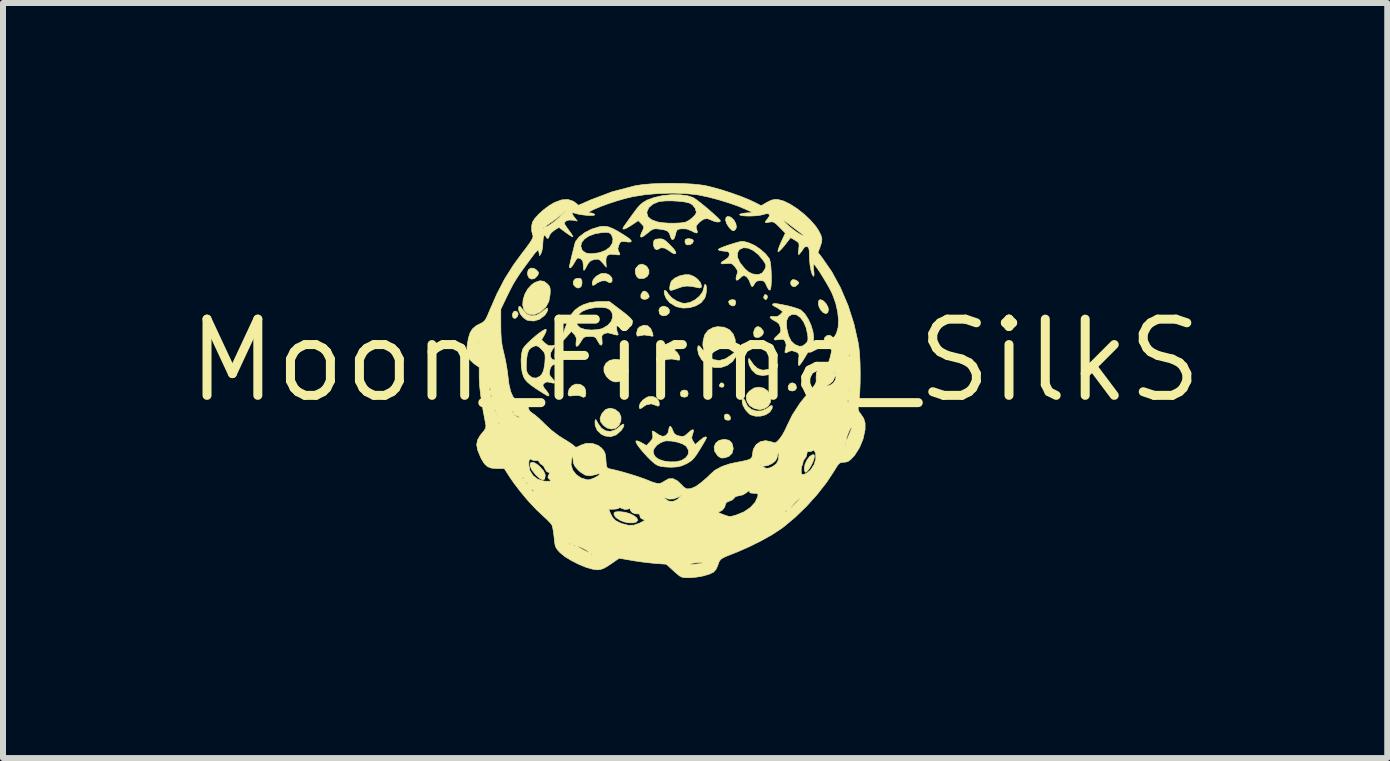
<source format=kicad_pcb>
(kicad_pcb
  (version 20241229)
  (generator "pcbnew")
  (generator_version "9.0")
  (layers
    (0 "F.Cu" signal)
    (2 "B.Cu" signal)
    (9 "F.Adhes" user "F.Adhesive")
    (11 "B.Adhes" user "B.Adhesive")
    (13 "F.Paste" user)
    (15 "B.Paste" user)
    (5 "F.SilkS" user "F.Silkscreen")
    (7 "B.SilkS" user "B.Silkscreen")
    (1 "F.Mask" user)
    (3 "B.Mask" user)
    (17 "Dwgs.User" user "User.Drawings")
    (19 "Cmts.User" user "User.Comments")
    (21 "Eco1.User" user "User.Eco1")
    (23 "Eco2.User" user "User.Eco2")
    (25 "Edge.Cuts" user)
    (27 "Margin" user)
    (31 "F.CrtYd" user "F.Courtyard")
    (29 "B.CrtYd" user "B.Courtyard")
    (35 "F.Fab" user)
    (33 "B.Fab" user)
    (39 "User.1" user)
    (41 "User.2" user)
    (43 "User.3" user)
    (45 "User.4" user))
  (footprint "Moon_Firma_SilkS"
    (layer "F.Cu")
    (at 8.534 2.959)
    (property "Reference" "Moon_Firma_SilkS" (at 0 0 0) (layer "F.SilkS") (effects (font (size 1.27 1.27) (thickness 0.15))))
    (attr through_hole)
    (fp_poly (pts (xy 0.474 0.388) (xy 0.483 0.407) (xy 0.475 0.437) (xy 0.445 0.445) (xy 0.41 0.434) (xy 0.406 0.407) (xy 0.427 0.376) (xy 0.445 0.37) (xy 0.474 0.388)) (stroke (width 0.01) (type solid)) (fill yes) (layer "F.SilkS"))
    (fp_poly (pts (xy 1.201 -1.083) (xy 1.206 -1.058) (xy 1.193 -1.024) (xy 1.175 -1.016) (xy 1.149 -1.034) (xy 1.143 -1.058) (xy 1.156 -1.093) (xy 1.175 -1.101) (xy 1.201 -1.083)) (stroke (width 0.01) (type solid)) (fill yes) (layer "F.SilkS"))
    (fp_poly (pts (xy -2.96 -0.809) (xy -2.948 -0.771) (xy -2.964 -0.73) (xy -3.001 -0.701) (xy -3.031 -0.712) (xy -3.04 -0.73) (xy -3.044 -0.779) (xy -3.022 -0.816) (xy -2.995 -0.826) (xy -2.96 -0.809)) (stroke (width 0.01) (type solid)) (fill yes) (layer "F.SilkS"))
    (fp_poly (pts (xy 0.665 -1.007) (xy 0.677 -0.972) (xy 0.677 -0.963) (xy 0.663 -0.922) (xy 0.628 -0.909) (xy 0.586 -0.928) (xy 0.572 -0.941) (xy 0.557 -0.98) (xy 0.579 -1.007) (xy 0.626 -1.016) (xy 0.665 -1.007)) (stroke (width 0.01) (type solid)) (fill yes) (layer "F.SilkS"))
    (fp_poly (pts (xy 1.662 0.387) (xy 1.679 0.405) (xy 1.691 0.455) (xy 1.668 0.493) (xy 1.619 0.508) (xy 1.572 0.496) (xy 1.552 0.473) (xy 1.552 0.424) (xy 1.58 0.384) (xy 1.619 0.37) (xy 1.662 0.387)) (stroke (width 0.01) (type solid)) (fill yes) (layer "F.SilkS"))
    (fp_poly (pts (xy -0.82 -1.151) (xy -0.786 -1.119) (xy -0.767 -1.078) (xy -0.766 -1.061) (xy -0.79 -1.032) (xy -0.834 -1.019) (xy -0.878 -1.026) (xy -0.903 -1.049) (xy -0.903 -1.099) (xy -0.877 -1.144) (xy -0.853 -1.159) (xy -0.82 -1.151)) (stroke (width 0.01) (type solid)) (fill yes) (layer "F.SilkS"))
    (fp_poly (pts (xy -0.13 0.505) (xy -0.117 0.543) (xy -0.116 0.55) (xy -0.126 0.592) (xy -0.164 0.609) (xy -0.172 0.61) (xy -0.222 0.603) (xy -0.24 0.583) (xy -0.245 0.53) (xy -0.216 0.497) (xy -0.172 0.491) (xy -0.13 0.505)) (stroke (width 0.01) (type solid)) (fill yes) (layer "F.SilkS"))
    (fp_poly (pts (xy 0.565 0.906) (xy 0.587 0.94) (xy 0.589 0.947) (xy 0.585 0.985) (xy 0.555 0.995) (xy 0.514 0.988) (xy 0.501 0.981) (xy 0.489 0.95) (xy 0.487 0.926) (xy 0.5 0.896) (xy 0.532 0.89) (xy 0.565 0.906)) (stroke (width 0.01) (type solid)) (fill yes) (layer "F.SilkS"))
    (fp_poly (pts (xy -2.686 -1.537) (xy -2.641 -1.507) (xy -2.612 -1.473) (xy -2.611 -1.445) (xy -2.632 -1.409) (xy -2.679 -1.365) (xy -2.73 -1.358) (xy -2.769 -1.38) (xy -2.788 -1.419) (xy -2.794 -1.464) (xy -2.778 -1.515) (xy -2.738 -1.541) (xy -2.686 -1.537)) (stroke (width 0.01) (type solid)) (fill yes) (layer "F.SilkS"))
    (fp_poly (pts (xy -0.514 -0.906) (xy -0.458 -0.885) (xy -0.428 -0.845) (xy -0.432 -0.797) (xy -0.436 -0.788) (xy -0.477 -0.754) (xy -0.53 -0.745) (xy -0.577 -0.763) (xy -0.592 -0.782) (xy -0.604 -0.838) (xy -0.583 -0.884) (xy -0.537 -0.906) (xy -0.514 -0.906)) (stroke (width 0.01) (type solid)) (fill yes) (layer "F.SilkS"))
    (fp_poly (pts (xy -0.05 -2.022) (xy -0.027 -1.996) (xy -0.043 -1.958) (xy -0.043 -1.957) (xy -0.084 -1.931) (xy -0.132 -1.928) (xy -0.155 -1.94) (xy -0.167 -1.971) (xy -0.169 -1.993) (xy -0.157 -2.022) (xy -0.115 -2.032) (xy -0.107 -2.032) (xy -0.05 -2.022)) (stroke (width 0.01) (type solid)) (fill yes) (layer "F.SilkS"))
    (fp_poly (pts (xy 1.672 -1.343) (xy 1.701 -1.327) (xy 1.728 -1.303) (xy 1.721 -1.281) (xy 1.705 -1.263) (xy 1.667 -1.233) (xy 1.636 -1.233) (xy 1.612 -1.246) (xy 1.592 -1.279) (xy 1.597 -1.321) (xy 1.624 -1.348) (xy 1.63 -1.35) (xy 1.672 -1.343)) (stroke (width 0.01) (type solid)) (fill yes) (layer "F.SilkS"))
    (fp_poly (pts (xy -1.906 -1.366) (xy -1.887 -1.333) (xy -1.885 -1.284) (xy -1.898 -1.239) (xy -1.917 -1.219) (xy -1.946 -1.209) (xy -1.965 -1.212) (xy -1.995 -1.229) (xy -2.028 -1.267) (xy -2.031 -1.315) (xy -2.006 -1.354) (xy -1.98 -1.367) (xy -1.932 -1.372) (xy -1.906 -1.366)) (stroke (width 0.01) (type solid)) (fill yes) (layer "F.SilkS"))
    (fp_poly (pts (xy 1.097 -0.543) (xy 1.099 -0.541) (xy 1.137 -0.492) (xy 1.135 -0.447) (xy 1.11 -0.414) (xy 1.064 -0.387) (xy 1.017 -0.384) (xy 0.984 -0.406) (xy 0.982 -0.411) (xy 0.975 -0.472) (xy 0.994 -0.529) (xy 1.02 -0.558) (xy 1.056 -0.567) (xy 1.097 -0.543)) (stroke (width 0.01) (type solid)) (fill yes) (layer "F.SilkS"))
    (fp_poly (pts (xy 2.134 -0.998) (xy 2.18 -0.952) (xy 2.213 -0.894) (xy 2.223 -0.848) (xy 2.21 -0.798) (xy 2.179 -0.782) (xy 2.135 -0.8) (xy 2.097 -0.839) (xy 2.067 -0.892) (xy 2.054 -0.948) (xy 2.058 -0.993) (xy 2.08 -1.015) (xy 2.086 -1.016) (xy 2.134 -0.998)) (stroke (width 0.01) (type solid)) (fill yes) (layer "F.SilkS"))
    (fp_poly (pts (xy -0.824 -1.583) (xy -0.804 -1.566) (xy -0.77 -1.509) (xy -0.77 -1.451) (xy -0.799 -1.401) (xy -0.852 -1.37) (xy -0.92 -1.366) (xy -0.935 -1.369) (xy -0.971 -1.398) (xy -0.994 -1.45) (xy -0.998 -1.507) (xy -0.989 -1.536) (xy -0.941 -1.592) (xy -0.884 -1.608) (xy -0.824 -1.583)) (stroke (width 0.01) (type solid)) (fill yes) (layer "F.SilkS"))
    (fp_poly (pts (xy -0.792 -0.581) (xy -0.74 -0.534) (xy -0.708 -0.457) (xy -0.7 -0.415) (xy -0.712 -0.404) (xy -0.743 -0.412) (xy -0.85 -0.427) (xy -0.926 -0.413) (xy -0.959 -0.407) (xy -0.972 -0.426) (xy -0.974 -0.462) (xy -0.956 -0.529) (xy -0.927 -0.56) (xy -0.856 -0.59) (xy -0.792 -0.581)) (stroke (width 0.01) (type solid)) (fill yes) (layer "F.SilkS"))
    (fp_poly (pts (xy 0.584 -2.394) (xy 0.601 -2.385) (xy 0.649 -2.338) (xy 0.68 -2.28) (xy 0.689 -2.224) (xy 0.677 -2.191) (xy 0.649 -2.165) (xy 0.621 -2.166) (xy 0.585 -2.199) (xy 0.563 -2.224) (xy 0.524 -2.285) (xy 0.508 -2.341) (xy 0.514 -2.382) (xy 0.54 -2.403) (xy 0.584 -2.394)) (stroke (width 0.01) (type solid)) (fill yes) (layer "F.SilkS"))
    (fp_poly (pts (xy -2.677 1.703) (xy -2.612 1.745) (xy -2.58 1.776) (xy -2.525 1.84) (xy -2.5 1.896) (xy -2.498 1.924) (xy -2.508 1.975) (xy -2.538 1.989) (xy -2.586 1.967) (xy -2.651 1.909) (xy -2.664 1.895) (xy -2.723 1.819) (xy -2.75 1.757) (xy -2.749 1.713) (xy -2.723 1.694) (xy -2.677 1.703)) (stroke (width 0.01) (type solid)) (fill yes) (layer "F.SilkS"))
    (fp_poly (pts (xy -1.339 0.812) (xy -1.334 0.815) (xy -1.265 0.868) (xy -1.235 0.939) (xy -1.237 1.007) (xy -1.269 1.082) (xy -1.324 1.127) (xy -1.394 1.142) (xy -1.468 1.123) (xy -1.526 1.081) (xy -1.573 1.021) (xy -1.584 0.965) (xy -1.561 0.899) (xy -1.547 0.876) (xy -1.49 0.815) (xy -1.419 0.793) (xy -1.339 0.812)) (stroke (width 0.01) (type solid)) (fill yes) (layer "F.SilkS"))
    (fp_poly (pts (xy 0.564 1.328) (xy 0.614 1.376) (xy 0.634 1.454) (xy 0.635 1.473) (xy 0.616 1.545) (xy 0.562 1.597) (xy 0.492 1.621) (xy 0.438 1.624) (xy 0.392 1.599) (xy 0.372 1.58) (xy 0.326 1.511) (xy 0.317 1.44) (xy 0.342 1.378) (xy 0.396 1.332) (xy 0.476 1.313) (xy 0.486 1.312) (xy 0.564 1.328)) (stroke (width 0.01) (type solid)) (fill yes) (layer "F.SilkS"))
    (fp_poly (pts (xy 1.982 1.57) (xy 1.988 1.592) (xy 1.982 1.633) (xy 1.963 1.689) (xy 1.932 1.753) (xy 1.896 1.811) (xy 1.862 1.851) (xy 1.841 1.863) (xy 1.827 1.844) (xy 1.82 1.799) (xy 1.82 1.792) (xy 1.833 1.726) (xy 1.865 1.658) (xy 1.907 1.601) (xy 1.951 1.571) (xy 1.956 1.57) (xy 1.982 1.57)) (stroke (width 0.01) (type solid)) (fill yes) (layer "F.SilkS"))
    (fp_poly (pts (xy -0.341 -0.173) (xy -0.294 -0.129) (xy -0.262 -0.074) (xy -0.254 -0.037) (xy -0.261 -0.008) (xy -0.291 -0.008) (xy -0.302 -0.011) (xy -0.385 -0.026) (xy -0.465 -0.021) (xy -0.492 -0.012) (xy -0.518 -0.007) (xy -0.528 -0.031) (xy -0.529 -0.06) (xy -0.51 -0.125) (xy -0.46 -0.172) (xy -0.39 -0.19) (xy -0.388 -0.191) (xy -0.341 -0.173)) (stroke (width 0.01) (type solid)) (fill yes) (layer "F.SilkS"))
    (fp_poly (pts (xy -1.922 0.395) (xy -1.899 0.405) (xy -1.849 0.44) (xy -1.826 0.486) (xy -1.821 0.545) (xy -1.83 0.598) (xy -1.858 0.613) (xy -1.905 0.592) (xy -1.945 0.582) (xy -2.006 0.582) (xy -2.027 0.585) (xy -2.083 0.591) (xy -2.109 0.584) (xy -2.116 0.561) (xy -2.117 0.547) (xy -2.099 0.475) (xy -2.053 0.421) (xy -1.991 0.392) (xy -1.922 0.395)) (stroke (width 0.01) (type solid)) (fill yes) (layer "F.SilkS"))
    (fp_poly (pts (xy -1.167 2.528) (xy -1.088 2.551) (xy -1.02 2.585) (xy -0.973 2.622) (xy -0.956 2.66) (xy -0.957 2.663) (xy -0.982 2.692) (xy -1.035 2.705) (xy -1.107 2.704) (xy -1.185 2.688) (xy -1.249 2.662) (xy -1.32 2.616) (xy -1.35 2.569) (xy -1.351 2.566) (xy -1.351 2.539) (xy -1.336 2.525) (xy -1.294 2.519) (xy -1.247 2.519) (xy -1.167 2.528)) (stroke (width 0.01) (type solid)) (fill yes) (layer "F.SilkS"))
    (fp_poly (pts (xy -0.639 0.629) (xy -0.603 0.683) (xy -0.601 0.688) (xy -0.596 0.741) (xy -0.616 0.761) (xy -0.657 0.745) (xy -0.732 0.721) (xy -0.811 0.737) (xy -0.852 0.762) (xy -0.899 0.796) (xy -0.923 0.8) (xy -0.931 0.775) (xy -0.931 0.761) (xy -0.914 0.71) (xy -0.869 0.657) (xy -0.809 0.615) (xy -0.773 0.601) (xy -0.7 0.6) (xy -0.639 0.629)) (stroke (width 0.01) (type solid)) (fill yes) (layer "F.SilkS"))
    (fp_poly (pts (xy 1.142 0.459) (xy 1.209 0.505) (xy 1.253 0.577) (xy 1.262 0.615) (xy 1.256 0.694) (xy 1.218 0.757) (xy 1.156 0.8) (xy 1.078 0.817) (xy 0.994 0.801) (xy 0.984 0.797) (xy 0.911 0.752) (xy 0.87 0.692) (xy 0.855 0.639) (xy 0.852 0.59) (xy 0.871 0.548) (xy 0.906 0.509) (xy 0.981 0.458) (xy 1.063 0.443) (xy 1.142 0.459)) (stroke (width 0.01) (type solid)) (fill yes) (layer "F.SilkS"))
    (fp_poly (pts (xy -1.487 -1.452) (xy -1.426 -1.424) (xy -1.387 -1.378) (xy -1.385 -1.37) (xy -1.383 -1.326) (xy -1.403 -1.299) (xy -1.433 -1.3) (xy -1.444 -1.308) (xy -1.493 -1.331) (xy -1.559 -1.327) (xy -1.624 -1.299) (xy -1.636 -1.291) (xy -1.683 -1.258) (xy -1.706 -1.254) (xy -1.714 -1.281) (xy -1.714 -1.3) (xy -1.696 -1.353) (xy -1.648 -1.404) (xy -1.582 -1.443) (xy -1.551 -1.453) (xy -1.487 -1.452)) (stroke (width 0.01) (type solid)) (fill yes) (layer "F.SilkS"))
    (fp_poly (pts (xy -1.241 -0.011) (xy -1.178 0.023) (xy -1.135 0.086) (xy -1.131 0.095) (xy -1.114 0.181) (xy -1.134 0.257) (xy -1.189 0.315) (xy -1.219 0.33) (xy -1.285 0.353) (xy -1.335 0.356) (xy -1.389 0.339) (xy -1.433 0.31) (xy -1.478 0.265) (xy -1.479 0.263) (xy -1.518 0.186) (xy -1.519 0.111) (xy -1.487 0.046) (xy -1.427 -0.001) (xy -1.342 -0.021) (xy -1.333 -0.021) (xy -1.241 -0.011)) (stroke (width 0.01) (type solid)) (fill yes) (layer "F.SilkS"))
    (fp_poly (pts (xy 0.917 -0.012) (xy 0.98 0.077) (xy 1.041 0.131) (xy 1.106 0.156) (xy 1.147 0.159) (xy 1.249 0.141) (xy 1.309 0.108) (xy 1.379 0.058) (xy 1.372 0.106) (xy 1.344 0.163) (xy 1.287 0.208) (xy 1.21 0.238) (xy 1.127 0.249) (xy 1.049 0.237) (xy 1.013 0.22) (xy 0.945 0.156) (xy 0.902 0.075) (xy 0.89 0.007) (xy 0.893 -0.032) (xy 0.902 -0.034) (xy 0.917 -0.012)) (stroke (width 0.01) (type solid)) (fill yes) (layer "F.SilkS"))
    (fp_poly (pts (xy -2.52 -1.321) (xy -2.463 -1.279) (xy -2.432 -1.244) (xy -2.417 -1.207) (xy -2.414 -1.153) (xy -2.417 -1.099) (xy -2.437 -0.987) (xy -2.482 -0.9) (xy -2.559 -0.826) (xy -2.582 -0.81) (xy -2.67 -0.769) (xy -2.753 -0.768) (xy -2.81 -0.794) (xy -2.855 -0.85) (xy -2.873 -0.927) (xy -2.866 -1.015) (xy -2.837 -1.107) (xy -2.788 -1.194) (xy -2.721 -1.266) (xy -2.666 -1.303) (xy -2.586 -1.33) (xy -2.52 -1.321)) (stroke (width 0.01) (type solid)) (fill yes) (layer "F.SilkS"))
    (fp_poly (pts (xy -0.522 -2.016) (xy -0.479 -1.985) (xy -0.422 -1.931) (xy -0.354 -1.858) (xy -0.322 -1.809) (xy -0.324 -1.783) (xy -0.344 -1.779) (xy -0.376 -1.792) (xy -0.423 -1.823) (xy -0.434 -1.832) (xy -0.505 -1.874) (xy -0.567 -1.881) (xy -0.609 -1.859) (xy -0.642 -1.847) (xy -0.672 -1.867) (xy -0.692 -1.911) (xy -0.694 -1.956) (xy -0.686 -1.999) (xy -0.662 -2.02) (xy -0.609 -2.028) (xy -0.607 -2.028) (xy -0.56 -2.028) (xy -0.522 -2.016)) (stroke (width 0.01) (type solid)) (fill yes) (layer "F.SilkS"))
    (fp_poly (pts (xy -1.634 1.018) (xy -1.621 1.043) (xy -1.562 1.126) (xy -1.488 1.172) (xy -1.406 1.18) (xy -1.321 1.15) (xy -1.284 1.122) (xy -1.238 1.084) (xy -1.205 1.061) (xy -1.198 1.058) (xy -1.185 1.073) (xy -1.196 1.109) (xy -1.226 1.157) (xy -1.234 1.167) (xy -1.316 1.238) (xy -1.405 1.268) (xy -1.5 1.257) (xy -1.562 1.228) (xy -1.631 1.163) (xy -1.666 1.08) (xy -1.668 1.017) (xy -1.662 0.986) (xy -1.653 0.985) (xy -1.634 1.018)) (stroke (width 0.01) (type solid)) (fill yes) (layer "F.SilkS"))
    (fp_poly (pts (xy -0.093 -1.43) (xy -0.023 -1.403) (xy 0.041 -1.357) (xy 0.088 -1.301) (xy 0.106 -1.248) (xy 0.1 -1.216) (xy 0.073 -1.21) (xy 0.048 -1.215) (xy -0.056 -1.236) (xy -0.134 -1.242) (xy -0.201 -1.234) (xy -0.254 -1.218) (xy -0.336 -1.188) (xy -0.386 -1.172) (xy -0.412 -1.171) (xy -0.422 -1.185) (xy -0.423 -1.213) (xy -0.423 -1.22) (xy -0.412 -1.283) (xy -0.392 -1.327) (xy -0.338 -1.374) (xy -0.259 -1.411) (xy -0.171 -1.431) (xy -0.093 -1.43)) (stroke (width 0.01) (type solid)) (fill yes) (layer "F.SilkS"))
    (fp_poly (pts (xy 0.09 -0.224) (xy 0.132 -0.168) (xy 0.217 -0.071) (xy 0.308 -0.015) (xy 0.405 -0.001) (xy 0.506 -0.029) (xy 0.613 -0.1) (xy 0.64 -0.123) (xy 0.687 -0.159) (xy 0.71 -0.16) (xy 0.708 -0.128) (xy 0.687 -0.075) (xy 0.623 0.015) (xy 0.535 0.08) (xy 0.433 0.115) (xy 0.327 0.116) (xy 0.292 0.107) (xy 0.189 0.057) (xy 0.108 -0.017) (xy 0.057 -0.107) (xy 0.042 -0.189) (xy 0.047 -0.237) (xy 0.062 -0.249) (xy 0.09 -0.224)) (stroke (width 0.01) (type solid)) (fill yes) (layer "F.SilkS"))
    (fp_poly (pts (xy 0.483 -0.556) (xy 0.572 -0.514) (xy 0.635 -0.442) (xy 0.669 -0.348) (xy 0.668 -0.246) (xy 0.654 -0.179) (xy 0.636 -0.152) (xy 0.611 -0.165) (xy 0.586 -0.198) (xy 0.531 -0.253) (xy 0.454 -0.293) (xy 0.373 -0.311) (xy 0.335 -0.309) (xy 0.271 -0.286) (xy 0.218 -0.254) (xy 0.168 -0.22) (xy 0.139 -0.218) (xy 0.129 -0.251) (xy 0.132 -0.319) (xy 0.159 -0.427) (xy 0.216 -0.504) (xy 0.302 -0.551) (xy 0.374 -0.565) (xy 0.483 -0.556)) (stroke (width 0.01) (type solid)) (fill yes) (layer "F.SilkS"))
    (fp_poly (pts (xy 0.833 0.671) (xy 0.838 0.688) (xy 0.876 0.763) (xy 0.941 0.815) (xy 1.022 0.841) (xy 1.109 0.838) (xy 1.19 0.803) (xy 1.206 0.791) (xy 1.257 0.754) (xy 1.284 0.751) (xy 1.286 0.783) (xy 1.281 0.804) (xy 1.242 0.861) (xy 1.176 0.903) (xy 1.093 0.926) (xy 1.007 0.927) (xy 0.929 0.905) (xy 0.902 0.887) (xy 0.842 0.824) (xy 0.799 0.748) (xy 0.783 0.678) (xy 0.792 0.641) (xy 0.812 0.64) (xy 0.833 0.671)) (stroke (width 0.01) (type solid)) (fill yes) (layer "F.SilkS"))
    (fp_poly (pts (xy -2.883 -0.864) (xy -2.868 -0.841) (xy -2.806 -0.773) (xy -2.731 -0.745) (xy -2.646 -0.756) (xy -2.556 -0.807) (xy -2.53 -0.828) (xy -2.485 -0.865) (xy -2.463 -0.876) (xy -2.456 -0.862) (xy -2.455 -0.852) (xy -2.469 -0.809) (xy -2.503 -0.759) (xy -2.507 -0.754) (xy -2.593 -0.688) (xy -2.69 -0.659) (xy -2.789 -0.67) (xy -2.807 -0.677) (xy -2.862 -0.715) (xy -2.911 -0.774) (xy -2.939 -0.837) (xy -2.942 -0.86) (xy -2.936 -0.901) (xy -2.916 -0.902) (xy -2.883 -0.864)) (stroke (width 0.01) (type solid)) (fill yes) (layer "F.SilkS"))
    (fp_poly (pts (xy 0.184 -1.252) (xy 0.19 -1.205) (xy 0.187 -1.145) (xy 0.176 -1.083) (xy 0.159 -1.038) (xy 0.1 -0.965) (xy 0.012 -0.912) (xy -0.093 -0.881) (xy -0.202 -0.875) (xy -0.307 -0.897) (xy -0.328 -0.906) (xy -0.422 -0.964) (xy -0.481 -1.035) (xy -0.507 -1.097) (xy -0.516 -1.153) (xy -0.506 -1.172) (xy -0.479 -1.156) (xy -0.447 -1.11) (xy -0.389 -1.046) (xy -0.307 -0.992) (xy -0.218 -0.959) (xy -0.171 -0.953) (xy -0.086 -0.969) (xy -0.002 -1.011) (xy 0.072 -1.072) (xy 0.125 -1.143) (xy 0.148 -1.216) (xy 0.148 -1.222) (xy 0.156 -1.26) (xy 0.169 -1.27) (xy 0.184 -1.252)) (stroke (width 0.01) (type solid)) (fill yes) (layer "F.SilkS"))
    (fp_poly (pts (xy -1.27 -0.864) (xy -1.159 -0.779) (xy -1.085 -0.714) (xy -1.047 -0.67) (xy -1.044 -0.647) (xy -1.076 -0.643) (xy -1.143 -0.659) (xy -1.2 -0.674) (xy -1.233 -0.672) (xy -1.259 -0.65) (xy -1.272 -0.634) (xy -1.308 -0.563) (xy -1.303 -0.492) (xy -1.29 -0.464) (xy -1.281 -0.433) (xy -1.298 -0.424) (xy -1.347 -0.434) (xy -1.389 -0.448) (xy -1.455 -0.463) (xy -1.511 -0.45) (xy -1.544 -0.429) (xy -1.555 -0.399) (xy -1.552 -0.344) (xy -1.551 -0.34) (xy -1.549 -0.278) (xy -1.563 -0.255) (xy -1.589 -0.27) (xy -1.622 -0.325) (xy -1.624 -0.328) (xy -1.649 -0.374) (xy -1.678 -0.395) (xy -1.727 -0.402) (xy -1.757 -0.402) (xy -1.819 -0.399) (xy -1.856 -0.384) (xy -1.887 -0.345) (xy -1.902 -0.318) (xy -1.942 -0.258) (xy -1.97 -0.235) (xy -1.985 -0.25) (xy -1.984 -0.302) (xy -1.982 -0.311) (xy -1.979 -0.374) (xy -2 -0.42) (xy -2.016 -0.439) (xy -2.062 -0.488) (xy -2.14 -0.397) (xy -2.184 -0.35) (xy -2.217 -0.322) (xy -2.229 -0.318) (xy -2.227 -0.341) (xy -2.213 -0.395) (xy -2.19 -0.472) (xy -2.167 -0.54) (xy -2.121 -0.658) (xy -1.977 -0.658) (xy -1.964 -0.592) (xy -1.914 -0.545) (xy -1.827 -0.517) (xy -1.73 -0.509) (xy -1.648 -0.514) (xy -1.573 -0.526) (xy -1.539 -0.537) (xy -1.453 -0.589) (xy -1.397 -0.654) (xy -1.373 -0.726) (xy -1.384 -0.797) (xy -1.418 -0.847) (xy -1.472 -0.875) (xy -1.555 -0.888) (xy -1.654 -0.885) (xy -1.76 -0.866) (xy -1.81 -0.851) (xy -1.882 -0.82) (xy -1.927 -0.782) (xy -1.952 -0.741) (xy -1.977 -0.658) (xy -2.121 -0.658) (xy -2.116 -0.671) (xy -2.064 -0.768) (xy -2.004 -0.84) (xy -1.93 -0.896) (xy -1.855 -0.934) (xy -1.76 -0.965) (xy -1.652 -0.98) (xy -1.587 -0.983) (xy -1.429 -0.984) (xy -1.27 -0.864)) (stroke (width 0.01) (type solid)) (fill yes) (layer "F.SilkS"))
    (fp_poly (pts (xy -1.444 -2.228) (xy -1.375 -2.201) (xy -1.288 -2.155) (xy -1.177 -2.087) (xy -1.169 -2.082) (xy -1.097 -2.032) (xy -1.064 -1.997) (xy -1.069 -1.978) (xy -1.114 -1.975) (xy -1.15 -1.98) (xy -1.208 -1.986) (xy -1.24 -1.978) (xy -1.26 -1.949) (xy -1.27 -1.926) (xy -1.287 -1.869) (xy -1.279 -1.827) (xy -1.274 -1.818) (xy -1.253 -1.779) (xy -1.259 -1.762) (xy -1.299 -1.762) (xy -1.332 -1.767) (xy -1.413 -1.773) (xy -1.462 -1.753) (xy -1.484 -1.704) (xy -1.486 -1.648) (xy -1.48 -1.556) (xy -1.541 -1.628) (xy -1.583 -1.672) (xy -1.619 -1.69) (xy -1.666 -1.687) (xy -1.679 -1.685) (xy -1.736 -1.666) (xy -1.775 -1.629) (xy -1.8 -1.587) (xy -1.827 -1.536) (xy -1.848 -1.506) (xy -1.853 -1.503) (xy -1.859 -1.522) (xy -1.862 -1.569) (xy -1.863 -1.587) (xy -1.87 -1.652) (xy -1.895 -1.688) (xy -1.904 -1.693) (xy -1.938 -1.709) (xy -1.961 -1.707) (xy -1.984 -1.681) (xy -2.013 -1.63) (xy -2.045 -1.579) (xy -2.071 -1.549) (xy -2.078 -1.545) (xy -2.095 -1.551) (xy -2.095 -1.551) (xy -2.091 -1.584) (xy -2.078 -1.645) (xy -2.06 -1.724) (xy -2.039 -1.809) (xy -2.019 -1.888) (xy -2.014 -1.907) (xy -1.905 -1.907) (xy -1.884 -1.845) (xy -1.863 -1.82) (xy -1.809 -1.789) (xy -1.731 -1.78) (xy -1.624 -1.793) (xy -1.587 -1.801) (xy -1.493 -1.836) (xy -1.421 -1.89) (xy -1.378 -1.956) (xy -1.368 -2.026) (xy -1.39 -2.088) (xy -1.413 -2.118) (xy -1.441 -2.133) (xy -1.484 -2.137) (xy -1.555 -2.133) (xy -1.672 -2.113) (xy -1.77 -2.076) (xy -1.844 -2.027) (xy -1.89 -1.969) (xy -1.905 -1.907) (xy -2.014 -1.907) (xy -2.003 -1.951) (xy -1.992 -1.985) (xy -1.991 -1.987) (xy -1.93 -2.062) (xy -1.839 -2.132) (xy -1.728 -2.189) (xy -1.608 -2.227) (xy -1.561 -2.236) (xy -1.503 -2.238) (xy -1.444 -2.228)) (stroke (width 0.01) (type solid)) (fill yes) (layer "F.SilkS"))
    (fp_poly (pts (xy -2.482 -0.52) (xy -2.482 -0.495) (xy -2.501 -0.447) (xy -2.513 -0.425) (xy -2.559 -0.345) (xy -2.502 -0.29) (xy -2.45 -0.253) (xy -2.4 -0.246) (xy -2.382 -0.248) (xy -2.32 -0.261) (xy -2.367 -0.201) (xy -2.407 -0.13) (xy -2.413 -0.068) (xy -2.385 -0.023) (xy -2.327 -0.001) (xy -2.305 0) (xy -2.27 0.008) (xy -2.269 0.026) (xy -2.3 0.047) (xy -2.333 0.059) (xy -2.382 0.079) (xy -2.409 0.117) (xy -2.42 0.156) (xy -2.429 0.212) (xy -2.418 0.252) (xy -2.38 0.297) (xy -2.38 0.298) (xy -2.341 0.346) (xy -2.338 0.372) (xy -2.369 0.376) (xy -2.408 0.365) (xy -2.467 0.355) (xy -2.504 0.37) (xy -2.532 0.396) (xy -2.535 0.422) (xy -2.511 0.462) (xy -2.487 0.491) (xy -2.447 0.545) (xy -2.434 0.58) (xy -2.45 0.591) (xy -2.45 0.591) (xy -2.473 0.579) (xy -2.524 0.549) (xy -2.592 0.506) (xy -2.642 0.474) (xy -2.732 0.411) (xy -2.793 0.36) (xy -2.834 0.314) (xy -2.859 0.269) (xy -2.883 0.19) (xy -2.895 0.101) (xy -2.814 0.101) (xy -2.811 0.158) (xy -2.799 0.198) (xy -2.777 0.233) (xy -2.773 0.239) (xy -2.714 0.285) (xy -2.649 0.292) (xy -2.585 0.261) (xy -2.555 0.229) (xy -2.524 0.162) (xy -2.506 0.06) (xy -2.503 0.028) (xy -2.499 -0.05) (xy -2.502 -0.1) (xy -2.516 -0.137) (xy -2.545 -0.173) (xy -2.558 -0.187) (xy -2.607 -0.232) (xy -2.646 -0.247) (xy -2.672 -0.243) (xy -2.732 -0.216) (xy -2.772 -0.174) (xy -2.796 -0.108) (xy -2.809 -0.011) (xy -2.81 0.015) (xy -2.814 0.101) (xy -2.895 0.101) (xy -2.896 0.09) (xy -2.9 -0.015) (xy -2.892 -0.112) (xy -2.874 -0.186) (xy -2.87 -0.195) (xy -2.839 -0.238) (xy -2.787 -0.294) (xy -2.723 -0.354) (xy -2.655 -0.413) (xy -2.588 -0.465) (xy -2.532 -0.503) (xy -2.493 -0.522) (xy -2.482 -0.52)) (stroke (width 0.01) (type solid)) (fill yes) (layer "F.SilkS"))
    (fp_poly (pts (xy -0.389 1.123) (xy -0.373 1.163) (xy -0.348 1.216) (xy -0.308 1.244) (xy -0.268 1.256) (xy -0.216 1.265) (xy -0.178 1.257) (xy -0.137 1.226) (xy -0.115 1.205) (xy -0.063 1.161) (xy -0.032 1.151) (xy -0.026 1.176) (xy -0.042 1.227) (xy -0.057 1.279) (xy -0.048 1.321) (xy -0.033 1.345) (xy 0.002 1.399) (xy 0.076 1.335) (xy 0.135 1.288) (xy 0.175 1.27) (xy 0.19 1.282) (xy 0.19 1.286) (xy 0.179 1.31) (xy 0.151 1.361) (xy 0.109 1.431) (xy 0.078 1.482) (xy 0.023 1.569) (xy -0.022 1.628) (xy -0.065 1.67) (xy -0.115 1.703) (xy -0.147 1.72) (xy -0.224 1.754) (xy -0.296 1.771) (xy -0.383 1.777) (xy -0.411 1.777) (xy -0.497 1.773) (xy -0.575 1.762) (xy -0.624 1.748) (xy -0.67 1.719) (xy -0.728 1.67) (xy -0.792 1.607) (xy -0.856 1.537) (xy -0.875 1.515) (xy -0.699 1.515) (xy -0.685 1.567) (xy -0.661 1.606) (xy -0.605 1.646) (xy -0.521 1.674) (xy -0.422 1.688) (xy -0.321 1.687) (xy -0.233 1.667) (xy -0.223 1.663) (xy -0.151 1.617) (xy -0.113 1.558) (xy -0.111 1.493) (xy -0.146 1.43) (xy -0.154 1.423) (xy -0.213 1.387) (xy -0.298 1.359) (xy -0.392 1.341) (xy -0.48 1.338) (xy -0.503 1.341) (xy -0.572 1.366) (xy -0.636 1.41) (xy -0.682 1.465) (xy -0.699 1.515) (xy -0.875 1.515) (xy -0.914 1.468) (xy -0.959 1.408) (xy -0.984 1.362) (xy -0.986 1.339) (xy -0.96 1.339) (xy -0.913 1.358) (xy -0.891 1.37) (xy -0.81 1.416) (xy -0.752 1.356) (xy -0.714 1.308) (xy -0.704 1.264) (xy -0.709 1.227) (xy -0.716 1.188) (xy -0.711 1.173) (xy -0.686 1.182) (xy -0.637 1.215) (xy -0.609 1.235) (xy -0.545 1.263) (xy -0.49 1.252) (xy -0.452 1.207) (xy -0.441 1.16) (xy -0.429 1.106) (xy -0.411 1.094) (xy -0.389 1.123)) (stroke (width 0.01) (type solid)) (fill yes) (layer "F.SilkS"))
    (fp_poly (pts (xy 1.38 -0.945) (xy 1.464 -0.929) (xy 1.538 -0.914) (xy 1.626 -0.891) (xy 1.704 -0.867) (xy 1.758 -0.844) (xy 1.765 -0.84) (xy 1.828 -0.779) (xy 1.886 -0.69) (xy 1.933 -0.586) (xy 1.965 -0.478) (xy 1.977 -0.379) (xy 1.969 -0.32) (xy 1.95 -0.273) (xy 1.917 -0.207) (xy 1.876 -0.131) (xy 1.831 -0.055) (xy 1.788 0.013) (xy 1.753 0.062) (xy 1.732 0.084) (xy 1.73 0.085) (xy 1.721 0.066) (xy 1.721 0.017) (xy 1.725 -0.018) (xy 1.732 -0.08) (xy 1.726 -0.114) (xy 1.703 -0.134) (xy 1.671 -0.149) (xy 1.615 -0.165) (xy 1.573 -0.157) (xy 1.564 -0.152) (xy 1.517 -0.129) (xy 1.497 -0.137) (xy 1.502 -0.179) (xy 1.507 -0.192) (xy 1.518 -0.261) (xy 1.505 -0.31) (xy 1.485 -0.344) (xy 1.456 -0.355) (xy 1.403 -0.35) (xy 1.397 -0.349) (xy 1.338 -0.343) (xy 1.316 -0.353) (xy 1.332 -0.381) (xy 1.375 -0.422) (xy 1.416 -0.463) (xy 1.429 -0.501) (xy 1.422 -0.55) (xy 1.415 -0.57) (xy 1.524 -0.57) (xy 1.528 -0.535) (xy 1.557 -0.413) (xy 1.6 -0.326) (xy 1.659 -0.271) (xy 1.667 -0.266) (xy 1.735 -0.238) (xy 1.788 -0.242) (xy 1.84 -0.278) (xy 1.869 -0.312) (xy 1.881 -0.35) (xy 1.879 -0.409) (xy 1.876 -0.43) (xy 1.851 -0.547) (xy 1.809 -0.645) (xy 1.754 -0.719) (xy 1.69 -0.763) (xy 1.622 -0.771) (xy 1.612 -0.769) (xy 1.556 -0.734) (xy 1.526 -0.668) (xy 1.524 -0.57) (xy 1.415 -0.57) (xy 1.4 -0.608) (xy 1.354 -0.648) (xy 1.327 -0.662) (xy 1.273 -0.694) (xy 1.25 -0.72) (xy 1.261 -0.736) (xy 1.307 -0.734) (xy 1.312 -0.733) (xy 1.37 -0.733) (xy 1.417 -0.765) (xy 1.419 -0.767) (xy 1.462 -0.814) (xy 1.414 -0.851) (xy 1.364 -0.883) (xy 1.328 -0.901) (xy 1.297 -0.92) (xy 1.291 -0.933) (xy 1.299 -0.946) (xy 1.327 -0.951) (xy 1.38 -0.945)) (stroke (width 0.01) (type solid)) (fill yes) (layer "F.SilkS"))
    (fp_poly (pts (xy 0.827 -1.981) (xy 0.875 -1.968) (xy 0.897 -1.961) (xy 0.992 -1.919) (xy 1.088 -1.854) (xy 1.173 -1.779) (xy 1.233 -1.703) (xy 1.239 -1.692) (xy 1.252 -1.647) (xy 1.262 -1.575) (xy 1.268 -1.488) (xy 1.271 -1.394) (xy 1.27 -1.306) (xy 1.265 -1.233) (xy 1.255 -1.186) (xy 1.248 -1.174) (xy 1.227 -1.183) (xy 1.202 -1.224) (xy 1.192 -1.247) (xy 1.166 -1.302) (xy 1.139 -1.327) (xy 1.096 -1.333) (xy 1.086 -1.333) (xy 1.03 -1.325) (xy 0.998 -1.294) (xy 0.991 -1.281) (xy 0.964 -1.237) (xy 0.943 -1.235) (xy 0.924 -1.275) (xy 0.921 -1.286) (xy 0.896 -1.348) (xy 0.858 -1.396) (xy 0.818 -1.418) (xy 0.815 -1.418) (xy 0.783 -1.404) (xy 0.751 -1.376) (xy 0.71 -1.341) (xy 0.686 -1.342) (xy 0.681 -1.375) (xy 0.697 -1.436) (xy 0.707 -1.463) (xy 0.704 -1.505) (xy 0.667 -1.562) (xy 0.666 -1.563) (xy 0.628 -1.603) (xy 0.593 -1.62) (xy 0.542 -1.619) (xy 0.514 -1.615) (xy 0.453 -1.612) (xy 0.431 -1.623) (xy 0.448 -1.646) (xy 0.505 -1.681) (xy 0.509 -1.683) (xy 0.559 -1.724) (xy 0.572 -1.767) (xy 0.568 -1.792) (xy 0.704 -1.792) (xy 0.707 -1.72) (xy 0.745 -1.637) (xy 0.759 -1.617) (xy 0.829 -1.53) (xy 0.892 -1.475) (xy 0.956 -1.445) (xy 0.966 -1.442) (xy 1.052 -1.432) (xy 1.115 -1.457) (xy 1.159 -1.515) (xy 1.177 -1.559) (xy 1.179 -1.592) (xy 1.161 -1.63) (xy 1.131 -1.675) (xy 1.053 -1.768) (xy 0.969 -1.835) (xy 0.885 -1.874) (xy 0.807 -1.881) (xy 0.743 -1.853) (xy 0.737 -1.849) (xy 0.704 -1.792) (xy 0.568 -1.792) (xy 0.567 -1.799) (xy 0.545 -1.815) (xy 0.495 -1.823) (xy 0.476 -1.824) (xy 0.42 -1.832) (xy 0.389 -1.845) (xy 0.385 -1.852) (xy 0.407 -1.867) (xy 0.459 -1.89) (xy 0.535 -1.918) (xy 0.587 -1.935) (xy 0.678 -1.963) (xy 0.741 -1.98) (xy 0.786 -1.986) (xy 0.827 -1.981)) (stroke (width 0.01) (type solid)) (fill yes) (layer "F.SilkS"))
    (fp_poly (pts (xy -0.251 -2.763) (xy -0.126 -2.747) (xy -0.029 -2.714) (xy -0.028 -2.713) (xy 0.014 -2.686) (xy 0.075 -2.64) (xy 0.147 -2.583) (xy 0.223 -2.519) (xy 0.296 -2.455) (xy 0.358 -2.398) (xy 0.403 -2.354) (xy 0.423 -2.328) (xy 0.423 -2.327) (xy 0.406 -2.311) (xy 0.364 -2.31) (xy 0.311 -2.323) (xy 0.275 -2.339) (xy 0.206 -2.366) (xy 0.145 -2.358) (xy 0.081 -2.314) (xy 0.071 -2.305) (xy 0.03 -2.26) (xy 0.016 -2.228) (xy 0.024 -2.193) (xy 0.026 -2.188) (xy 0.04 -2.141) (xy 0.025 -2.125) (xy -0.018 -2.139) (xy -0.051 -2.158) (xy -0.137 -2.193) (xy -0.216 -2.197) (xy -0.273 -2.191) (xy -0.303 -2.173) (xy -0.319 -2.133) (xy -0.326 -2.101) (xy -0.346 -2.039) (xy -0.371 -2.014) (xy -0.395 -2.027) (xy -0.412 -2.073) (xy -0.43 -2.125) (xy -0.46 -2.158) (xy -0.514 -2.178) (xy -0.587 -2.19) (xy -0.653 -2.197) (xy -0.698 -2.191) (xy -0.741 -2.167) (xy -0.787 -2.129) (xy -0.855 -2.076) (xy -0.896 -2.056) (xy -0.911 -2.068) (xy -0.9 -2.113) (xy -0.876 -2.163) (xy -0.856 -2.209) (xy -0.859 -2.24) (xy -0.891 -2.276) (xy -0.895 -2.28) (xy -0.947 -2.332) (xy -1.066 -2.253) (xy -1.139 -2.209) (xy -1.186 -2.19) (xy -1.204 -2.196) (xy -1.192 -2.227) (xy -1.183 -2.24) (xy -1.158 -2.274) (xy -1.116 -2.333) (xy -1.063 -2.407) (xy -1.031 -2.451) (xy -1.025 -2.459) (xy -0.804 -2.459) (xy -0.785 -2.396) (xy -0.727 -2.347) (xy -0.63 -2.312) (xy -0.619 -2.309) (xy -0.543 -2.297) (xy -0.447 -2.29) (xy -0.345 -2.289) (xy -0.251 -2.293) (xy -0.178 -2.302) (xy -0.155 -2.309) (xy -0.099 -2.338) (xy -0.043 -2.382) (xy 0.001 -2.428) (xy 0.021 -2.465) (xy 0.021 -2.469) (xy 0.002 -2.538) (xy -0.045 -2.597) (xy -0.093 -2.625) (xy -0.169 -2.643) (xy -0.271 -2.655) (xy -0.384 -2.662) (xy -0.493 -2.661) (xy -0.582 -2.653) (xy -0.611 -2.647) (xy -0.705 -2.607) (xy -0.771 -2.55) (xy -0.802 -2.481) (xy -0.804 -2.459) (xy -1.025 -2.459) (xy -0.966 -2.538) (xy -0.913 -2.597) (xy -0.861 -2.639) (xy -0.802 -2.673) (xy -0.794 -2.677) (xy -0.674 -2.72) (xy -0.536 -2.75) (xy -0.391 -2.764) (xy -0.251 -2.763)) (stroke (width 0.01) (type solid)) (fill yes) (layer "F.SilkS"))
    (fp_poly (pts (xy -0.203 -2.95) (xy -0.038 -2.941) (xy 0.103 -2.926) (xy 0.174 -2.915) (xy 0.301 -2.884) (xy 0.45 -2.842) (xy 0.607 -2.791) (xy 0.758 -2.737) (xy 0.892 -2.683) (xy 0.977 -2.644) (xy 1.102 -2.581) (xy 1.198 -2.637) (xy 1.27 -2.673) (xy 1.333 -2.686) (xy 1.385 -2.683) (xy 1.478 -2.658) (xy 1.587 -2.604) (xy 1.703 -2.529) (xy 1.818 -2.438) (xy 1.923 -2.339) (xy 2.01 -2.238) (xy 2.055 -2.171) (xy 2.096 -2.092) (xy 2.113 -2.03) (xy 2.108 -1.969) (xy 2.082 -1.891) (xy 2.048 -1.801) (xy 2.111 -1.721) (xy 2.277 -1.482) (xy 2.423 -1.213) (xy 2.548 -0.921) (xy 2.646 -0.616) (xy 2.716 -0.306) (xy 2.731 -0.212) (xy 2.742 -0.097) (xy 2.749 0.046) (xy 2.752 0.205) (xy 2.751 0.365) (xy 2.745 0.515) (xy 2.735 0.639) (xy 2.731 0.674) (xy 2.72 0.755) (xy 2.718 0.806) (xy 2.726 0.841) (xy 2.746 0.873) (xy 2.762 0.893) (xy 2.81 0.965) (xy 2.833 1.042) (xy 2.833 1.14) (xy 2.831 1.16) (xy 2.799 1.307) (xy 2.739 1.452) (xy 2.659 1.578) (xy 2.643 1.596) (xy 2.589 1.652) (xy 2.547 1.682) (xy 2.502 1.693) (xy 2.48 1.694) (xy 2.439 1.697) (xy 2.408 1.71) (xy 2.378 1.741) (xy 2.342 1.798) (xy 2.323 1.83) (xy 2.194 2.027) (xy 2.035 2.23) (xy 1.857 2.428) (xy 1.668 2.611) (xy 1.48 2.768) (xy 1.418 2.813) (xy 1.273 2.907) (xy 1.099 3.004) (xy 0.91 3.098) (xy 0.718 3.183) (xy 0.646 3.212) (xy 0.545 3.251) (xy 0.477 3.281) (xy 0.434 3.308) (xy 0.408 3.337) (xy 0.391 3.373) (xy 0.38 3.41) (xy 0.35 3.478) (xy 0.307 3.526) (xy 0.305 3.527) (xy 0.234 3.56) (xy 0.135 3.589) (xy 0.022 3.609) (xy -0.09 3.619) (xy -0.111 3.619) (xy -0.174 3.618) (xy -0.22 3.609) (xy -0.261 3.588) (xy -0.311 3.547) (xy -0.356 3.507) (xy -0.477 3.395) (xy -0.082 3.395) (xy -0.051 3.397) (xy 0 3.393) (xy 0.066 3.385) (xy 0.112 3.377) (xy 0.125 3.373) (xy 0.117 3.367) (xy 0.08 3.366) (xy 0.028 3.369) (xy -0.025 3.375) (xy -0.066 3.384) (xy -0.074 3.386) (xy -0.082 3.395) (xy -0.477 3.395) (xy -0.479 3.394) (xy -0.658 3.381) (xy -0.762 3.371) (xy -0.887 3.356) (xy -1.01 3.338) (xy -1.051 3.331) (xy -1.266 3.294) (xy -1.355 3.356) (xy -1.449 3.42) (xy -1.52 3.461) (xy -1.578 3.482) (xy -1.634 3.487) (xy -1.698 3.478) (xy -1.713 3.475) (xy -1.821 3.444) (xy -1.941 3.394) (xy -2.061 3.333) (xy -2.168 3.268) (xy -2.217 3.228) (xy -1.736 3.228) (xy -1.725 3.239) (xy -1.714 3.228) (xy -1.725 3.217) (xy -1.736 3.228) (xy -2.217 3.228) (xy -2.247 3.204) (xy -2.252 3.199) (xy -2.294 3.153) (xy -2.32 3.112) (xy -2.327 3.091) (xy -1.962 3.091) (xy -1.955 3.101) (xy -1.919 3.123) (xy -1.884 3.143) (xy -1.824 3.175) (xy -1.792 3.191) (xy -1.78 3.194) (xy -1.778 3.188) (xy -1.778 3.186) (xy -1.795 3.171) (xy -1.836 3.147) (xy -1.888 3.12) (xy -1.935 3.099) (xy -1.962 3.091) (xy -1.962 3.091) (xy -2.327 3.091) (xy -2.331 3.076) (xy -2.025 3.076) (xy -2.022 3.089) (xy -2.011 3.09) (xy -1.993 3.083) (xy -1.997 3.076) (xy -2.022 3.074) (xy -2.025 3.076) (xy -2.331 3.076) (xy -2.335 3.063) (xy -2.336 3.059) (xy -2.095 3.059) (xy -2.085 3.069) (xy -2.074 3.059) (xy -2.085 3.048) (xy -2.095 3.059) (xy -2.336 3.059) (xy -2.345 2.992) (xy -2.349 2.949) (xy -2.359 2.864) (xy -2.372 2.79) (xy -2.385 2.743) (xy -2.387 2.739) (xy -2.413 2.706) (xy -2.463 2.654) (xy -2.527 2.594) (xy -2.553 2.57) (xy -2.651 2.477) (xy -1.44 2.477) (xy -1.408 2.554) (xy -1.372 2.62) (xy -1.325 2.667) (xy -1.253 2.704) (xy -1.217 2.718) (xy -1.112 2.745) (xy -1.02 2.743) (xy -0.924 2.709) (xy -0.915 2.704) (xy -0.861 2.676) (xy -0.842 2.66) (xy -0.852 2.65) (xy -0.871 2.645) (xy -0.912 2.619) (xy -0.919 2.589) (xy -0.928 2.557) (xy -0.954 2.555) (xy -1.003 2.553) (xy -1.05 2.53) (xy -1.053 2.527) (xy 0.384 2.527) (xy 0.411 2.543) (xy 0.455 2.561) (xy 0.521 2.585) (xy 0.563 2.597) (xy 0.597 2.598) (xy 0.64 2.587) (xy 0.691 2.572) (xy 0.818 2.52) (xy 0.835 2.508) (xy 1.503 2.508) (xy 1.513 2.519) (xy 1.524 2.508) (xy 1.513 2.498) (xy 1.503 2.508) (xy 0.835 2.508) (xy 0.912 2.455) (xy 1.589 2.455) (xy 1.609 2.441) (xy 1.648 2.406) (xy 1.683 2.371) (xy 1.726 2.325) (xy 1.751 2.294) (xy 1.755 2.286) (xy 1.735 2.3) (xy 1.697 2.336) (xy 1.662 2.371) (xy 1.619 2.416) (xy 1.593 2.447) (xy 1.589 2.455) (xy 0.912 2.455) (xy 0.924 2.447) (xy 1.002 2.36) (xy 1.044 2.266) (xy 1.044 2.265) (xy 1.049 2.23) (xy 1.032 2.215) (xy 0.985 2.212) (xy 0.978 2.212) (xy 0.925 2.207) (xy 0.906 2.191) (xy 0.907 2.18) (xy 0.9 2.168) (xy 0.869 2.19) (xy 0.861 2.198) (xy 0.795 2.238) (xy 0.737 2.251) (xy 0.676 2.265) (xy 0.651 2.292) (xy 0.621 2.322) (xy 0.572 2.342) (xy 0.522 2.363) (xy 0.508 2.39) (xy 0.492 2.445) (xy 0.453 2.494) (xy 0.405 2.519) (xy 0.396 2.52) (xy 0.384 2.527) (xy -1.053 2.527) (xy -1.078 2.497) (xy -1.079 2.486) (xy -1.088 2.465) (xy -1.118 2.475) (xy -1.169 2.482) (xy -1.213 2.466) (xy -1.253 2.451) (xy -1.27 2.456) (xy -1.27 2.457) (xy -1.289 2.469) (xy -1.336 2.476) (xy -1.355 2.477) (xy -1.44 2.477) (xy -2.651 2.477) (xy -2.668 2.46) (xy -2.792 2.326) (xy -2.838 2.271) (xy -0.522 2.271) (xy -0.512 2.288) (xy -0.499 2.302) (xy -0.44 2.343) (xy -0.37 2.348) (xy -0.302 2.319) (xy -0.274 2.294) (xy -0.222 2.238) (xy -0.282 2.276) (xy -0.356 2.305) (xy -0.435 2.309) (xy -0.5 2.285) (xy -0.504 2.282) (xy -0.522 2.271) (xy -2.838 2.271) (xy -2.915 2.178) (xy -2.941 2.144) (xy -2.727 2.144) (xy -2.722 2.156) (xy -2.701 2.178) (xy -2.688 2.174) (xy -2.688 2.171) (xy -2.703 2.153) (xy -2.713 2.146) (xy -2.727 2.144) (xy -2.941 2.144) (xy -3.018 2.043) (xy -2.815 2.043) (xy -2.805 2.053) (xy -2.794 2.043) (xy -2.805 2.032) (xy -2.815 2.043) (xy -3.018 2.043) (xy -3.027 2.03) (xy -3.077 1.958) (xy -2.879 1.958) (xy -2.868 1.968) (xy -2.857 1.958) (xy -2.868 1.947) (xy -2.879 1.958) (xy -3.077 1.958) (xy -3.088 1.942) (xy -3.18 1.799) (xy -3.3 1.799) (xy -3.391 1.793) (xy -3.458 1.768) (xy -3.5 1.729) (xy -2.773 1.729) (xy -2.773 1.73) (xy -2.754 1.833) (xy -2.7 1.918) (xy -2.619 1.979) (xy -2.516 2.009) (xy -2.478 2.011) (xy -2.422 2.01) (xy -2.402 2.004) (xy -2.413 1.99) (xy -2.425 1.98) (xy -2.453 1.951) (xy -2.446 1.918) (xy -2.439 1.906) (xy -2.424 1.874) (xy -2.436 1.863) (xy -2.446 1.863) (xy -2.477 1.845) (xy -2.503 1.801) (xy -2.504 1.799) (xy -2.528 1.755) (xy -2.552 1.736) (xy -2.067 1.736) (xy -2.04 1.824) (xy -1.983 1.899) (xy -1.902 1.956) (xy -1.802 1.986) (xy -1.781 1.988) (xy -1.744 1.98) (xy -1.69 1.96) (xy -1.682 1.956) (xy -1.62 1.923) (xy -1.589 1.898) (xy -1.588 1.886) (xy -1.621 1.889) (xy -1.656 1.9) (xy -1.749 1.921) (xy -1.83 1.909) (xy -1.909 1.86) (xy -1.951 1.821) (xy -2.003 1.762) (xy -2.028 1.709) (xy -2.034 1.659) (xy -2.036 1.577) (xy -2.058 1.644) (xy -2.067 1.736) (xy -2.552 1.736) (xy -2.553 1.736) (xy -2.554 1.736) (xy -2.581 1.718) (xy -2.592 1.696) (xy -2.617 1.666) (xy -2.647 1.666) (xy -2.694 1.665) (xy -2.717 1.654) (xy -2.748 1.64) (xy -2.767 1.665) (xy -2.773 1.729) (xy -3.5 1.729) (xy -3.512 1.718) (xy -3.562 1.637) (xy -3.579 1.601) (xy -3.624 1.49) (xy -3.64 1.402) (xy -3.626 1.325) (xy -3.583 1.25) (xy -3.559 1.22) (xy -3.513 1.165) (xy -3.491 1.125) (xy -3.486 1.085) (xy -3.492 1.048) (xy -3.281 1.048) (xy -3.27 1.058) (xy -3.26 1.048) (xy -3.27 1.037) (xy -3.281 1.048) (xy -3.492 1.048) (xy -3.495 1.034) (xy -3.52 0.9) (xy -3.323 0.9) (xy -3.313 0.91) (xy -3.302 0.9) (xy -3.306 0.896) (xy -3.02 0.896) (xy -3.02 0.9) (xy -2.996 0.92) (xy -2.966 0.939) (xy -2.935 0.952) (xy -2.917 0.955) (xy -2.923 0.945) (xy -2.946 0.931) (xy -2.985 0.912) (xy -3.02 0.896) (xy -3.306 0.896) (xy -3.313 0.889) (xy -3.323 0.9) (xy -3.52 0.9) (xy -3.528 0.857) (xy -3.048 0.857) (xy -3.037 0.868) (xy -3.027 0.857) (xy -3.037 0.847) (xy -3.048 0.857) (xy -3.528 0.857) (xy -3.532 0.836) (xy -3.344 0.836) (xy -3.334 0.847) (xy -3.323 0.836) (xy -3.334 0.826) (xy -3.344 0.836) (xy -3.532 0.836) (xy -3.54 0.79) (xy -3.545 0.762) (xy -3.365 0.762) (xy -3.358 0.779) (xy -3.351 0.776) (xy -3.349 0.751) (xy -3.351 0.748) (xy -3.364 0.751) (xy -3.365 0.762) (xy -3.545 0.762) (xy -3.558 0.677) (xy -3.387 0.677) (xy -3.379 0.695) (xy -3.373 0.691) (xy -3.37 0.666) (xy -3.373 0.663) (xy -3.385 0.666) (xy -3.387 0.677) (xy -3.558 0.677) (xy -3.571 0.593) (xy -3.408 0.593) (xy -3.4 0.61) (xy -3.394 0.607) (xy -3.391 0.582) (xy -3.394 0.579) (xy -3.406 0.581) (xy -3.408 0.593) (xy -3.571 0.593) (xy -3.573 0.582) (xy -3.585 0.474) (xy -3.427 0.474) (xy -3.423 0.502) (xy -3.416 0.502) (xy -3.411 0.474) (xy -3.415 0.462) (xy -3.424 0.454) (xy -3.427 0.474) (xy -3.585 0.474) (xy -3.592 0.411) (xy -3.598 0.287) (xy -3.598 0.112) (xy -3.682 0.054) (xy -3.757 -0.018) (xy -3.797 -0.107) (xy -3.802 -0.218) (xy -3.799 -0.248) (xy -3.791 -0.296) (xy -3.615 -0.296) (xy -3.612 -0.258) (xy -3.607 -0.253) (xy -3.605 -0.259) (xy -3.602 -0.313) (xy -3.605 -0.333) (xy -3.611 -0.34) (xy -3.614 -0.311) (xy -3.615 -0.296) (xy -3.791 -0.296) (xy -3.778 -0.373) (xy -3.749 -0.465) (xy -3.708 -0.53) (xy -3.65 -0.579) (xy -3.63 -0.59) (xy -3.238 -0.59) (xy -3.236 -0.455) (xy -3.229 -0.346) (xy -3.215 -0.248) (xy -3.193 -0.146) (xy -3.187 -0.124) (xy -3.162 -0.014) (xy -3.14 0.104) (xy -3.124 0.208) (xy -3.122 0.233) (xy -3.102 0.395) (xy -3.073 0.517) (xy -3.035 0.603) (xy -2.986 0.656) (xy -2.925 0.677) (xy -2.91 0.677) (xy -2.841 0.695) (xy -2.791 0.743) (xy -2.773 0.808) (xy -2.756 0.843) (xy -2.714 0.876) (xy -2.71 0.878) (xy -2.668 0.908) (xy -2.607 0.96) (xy -2.538 1.025) (xy -2.506 1.057) (xy -2.392 1.163) (xy -2.265 1.259) (xy -2.203 1.298) (xy -2.127 1.344) (xy -2.063 1.386) (xy -2.022 1.417) (xy -2.014 1.425) (xy -1.992 1.443) (xy -1.965 1.441) (xy -1.918 1.417) (xy -1.913 1.414) (xy -1.817 1.38) (xy -1.714 1.38) (xy -1.617 1.414) (xy -1.56 1.457) (xy -1.523 1.5) (xy -1.501 1.545) (xy -1.49 1.607) (xy -1.486 1.659) (xy -1.48 1.733) (xy -1.471 1.775) (xy -1.454 1.795) (xy -1.425 1.804) (xy -1.421 1.805) (xy -1.326 1.826) (xy -1.207 1.857) (xy -1.077 1.895) (xy -0.951 1.935) (xy -0.845 1.972) (xy -0.8 1.99) (xy -0.704 2.028) (xy -0.636 2.047) (xy -0.586 2.048) (xy -0.542 2.031) (xy -0.514 2.011) (xy -0.44 1.97) (xy -0.368 1.968) (xy -0.294 2.005) (xy -0.214 2.082) (xy -0.195 2.104) (xy -0.143 2.138) (xy -0.073 2.135) (xy 0.013 2.098) (xy 0.099 2.035) (xy 0.163 1.981) (xy 0.217 1.933) (xy 0.249 1.901) (xy 0.25 1.899) (xy 0.325 1.833) (xy 1.768 1.833) (xy 1.77 1.882) (xy 1.785 1.899) (xy 1.82 1.895) (xy 1.869 1.871) (xy 1.92 1.828) (xy 1.929 1.818) (xy 1.984 1.732) (xy 2.012 1.638) (xy 2.009 1.551) (xy 2.005 1.539) (xy 1.987 1.5) (xy 1.967 1.497) (xy 1.956 1.504) (xy 1.915 1.519) (xy 1.895 1.516) (xy 1.87 1.519) (xy 1.863 1.554) (xy 1.85 1.604) (xy 1.831 1.63) (xy 1.804 1.67) (xy 1.799 1.692) (xy 1.791 1.733) (xy 1.784 1.744) (xy 1.773 1.774) (xy 1.768 1.827) (xy 1.768 1.833) (xy 0.325 1.833) (xy 0.331 1.828) (xy 0.445 1.766) (xy 0.463 1.76) (xy 1.13 1.76) (xy 1.134 1.772) (xy 1.143 1.778) (xy 1.19 1.797) (xy 1.242 1.789) (xy 1.292 1.767) (xy 1.356 1.719) (xy 1.388 1.653) (xy 1.395 1.573) (xy 1.391 1.533) (xy 1.386 1.526) (xy 1.383 1.535) (xy 1.371 1.591) (xy 1.364 1.625) (xy 1.336 1.672) (xy 1.281 1.716) (xy 1.215 1.748) (xy 1.164 1.757) (xy 1.13 1.76) (xy 0.463 1.76) (xy 0.504 1.746) (xy 1.079 1.746) (xy 1.09 1.757) (xy 1.101 1.746) (xy 1.09 1.736) (xy 1.079 1.746) (xy 0.504 1.746) (xy 0.581 1.72) (xy 0.669 1.701) (xy 0.784 1.679) (xy 0.864 1.661) (xy 0.914 1.643) (xy 0.941 1.621) (xy 0.952 1.595) (xy 0.953 1.581) (xy 0.97 1.479) (xy 1.017 1.401) (xy 1.023 1.397) (xy 2.501 1.397) (xy 2.504 1.427) (xy 2.512 1.423) (xy 2.514 1.38) (xy 2.512 1.371) (xy 2.504 1.368) (xy 2.501 1.397) (xy 1.023 1.397) (xy 1.087 1.352) (xy 1.174 1.334) (xy 1.27 1.354) (xy 1.282 1.359) (xy 1.319 1.372) (xy 1.347 1.366) (xy 1.381 1.336) (xy 1.402 1.312) (xy 2.521 1.312) (xy 2.524 1.333) (xy 2.533 1.314) (xy 2.534 1.312) (xy 2.549 1.274) (xy 2.573 1.216) (xy 2.584 1.191) (xy 2.604 1.138) (xy 2.613 1.105) (xy 2.612 1.101) (xy 2.597 1.118) (xy 2.574 1.162) (xy 2.549 1.218) (xy 2.53 1.272) (xy 2.521 1.309) (xy 2.521 1.312) (xy 1.402 1.312) (xy 1.409 1.305) (xy 1.454 1.242) (xy 1.5 1.158) (xy 1.534 1.083) (xy 1.62 0.908) (xy 1.741 0.721) (xy 1.775 0.677) (xy 2.54 0.677) (xy 2.548 0.695) (xy 2.554 0.691) (xy 2.557 0.666) (xy 2.554 0.663) (xy 2.542 0.666) (xy 2.54 0.677) (xy 1.775 0.677) (xy 1.894 0.528) (xy 1.9 0.521) (xy 1.911 0.508) (xy 2.565 0.508) (xy 2.568 0.538) (xy 2.575 0.534) (xy 2.578 0.491) (xy 2.575 0.482) (xy 2.567 0.479) (xy 2.565 0.508) (xy 1.911 0.508) (xy 1.961 0.45) (xy 1.987 0.415) (xy 2.19 0.415) (xy 2.195 0.421) (xy 2.211 0.422) (xy 2.255 0.409) (xy 2.301 0.377) (xy 2.338 0.323) (xy 2.347 0.277) (xy 2.344 0.242) (xy 2.338 0.247) (xy 2.332 0.265) (xy 2.295 0.343) (xy 2.243 0.39) (xy 2.222 0.4) (xy 2.19 0.415) (xy 1.987 0.415) (xy 1.997 0.401) (xy 2.015 0.363) (xy 2.019 0.327) (xy 2.016 0.294) (xy 2.021 0.204) (xy 2.023 0.201) (xy 2.307 0.201) (xy 2.318 0.212) (xy 2.328 0.201) (xy 2.318 0.191) (xy 2.307 0.201) (xy 2.023 0.201) (xy 2.06 0.137) (xy 2.134 0.095) (xy 2.141 0.093) (xy 2.198 0.066) (xy 2.23 0.015) (xy 2.236 -0.001) (xy 2.257 -0.076) (xy 2.259 -0.085) (xy 2.561 -0.085) (xy 2.569 -0.067) (xy 2.575 -0.071) (xy 2.578 -0.096) (xy 2.575 -0.099) (xy 2.563 -0.096) (xy 2.561 -0.085) (xy 2.259 -0.085) (xy 2.272 -0.148) (xy 2.28 -0.206) (xy 2.278 -0.241) (xy 2.269 -0.246) (xy 2.226 -0.239) (xy 2.185 -0.263) (xy 2.157 -0.305) (xy 2.151 -0.356) (xy 2.159 -0.381) (xy 2.193 -0.413) (xy 2.237 -0.423) (xy 2.273 -0.406) (xy 2.275 -0.402) (xy 2.298 -0.383) (xy 2.324 -0.399) (xy 2.355 -0.454) (xy 2.356 -0.456) (xy 2.384 -0.553) (xy 2.39 -0.675) (xy 2.376 -0.814) (xy 2.343 -0.958) (xy 2.292 -1.098) (xy 2.276 -1.134) (xy 2.237 -1.209) (xy 2.189 -1.294) (xy 2.136 -1.382) (xy 2.084 -1.466) (xy 2.037 -1.536) (xy 2 -1.586) (xy 1.978 -1.608) (xy 1.977 -1.609) (xy 1.972 -1.59) (xy 1.973 -1.542) (xy 1.977 -1.501) (xy 1.983 -1.439) (xy 1.978 -1.407) (xy 1.972 -1.405) (xy 1.951 -1.438) (xy 1.932 -1.502) (xy 1.916 -1.587) (xy 1.907 -1.683) (xy 1.905 -1.746) (xy 1.903 -1.825) (xy 1.895 -1.871) (xy 1.878 -1.894) (xy 1.869 -1.899) (xy 1.829 -1.895) (xy 1.811 -1.875) (xy 1.78 -1.828) (xy 1.751 -1.791) (xy 1.73 -1.767) (xy 1.721 -1.768) (xy 1.721 -1.799) (xy 1.727 -1.854) (xy 1.733 -1.918) (xy 1.728 -1.956) (xy 1.704 -1.981) (xy 1.666 -2.006) (xy 1.591 -2.049) (xy 1.491 -1.92) (xy 1.442 -1.862) (xy 1.404 -1.825) (xy 1.383 -1.813) (xy 1.381 -1.816) (xy 1.385 -1.847) (xy 1.404 -1.904) (xy 1.434 -1.975) (xy 1.438 -1.983) (xy 1.504 -2.124) (xy 1.406 -2.224) (xy 1.352 -2.277) (xy 1.313 -2.305) (xy 1.28 -2.313) (xy 1.239 -2.307) (xy 1.236 -2.307) (xy 1.184 -2.298) (xy 1.168 -2.307) (xy 1.186 -2.338) (xy 1.19 -2.341) (xy 1.465 -2.341) (xy 1.482 -2.321) (xy 1.503 -2.298) (xy 1.565 -2.24) (xy 1.641 -2.179) (xy 1.683 -2.148) (xy 1.742 -2.11) (xy 1.787 -2.085) (xy 1.812 -2.075) (xy 1.812 -2.082) (xy 1.782 -2.108) (xy 1.776 -2.112) (xy 1.736 -2.143) (xy 1.673 -2.19) (xy 1.6 -2.246) (xy 1.577 -2.264) (xy 1.51 -2.314) (xy 1.474 -2.34) (xy 1.465 -2.341) (xy 1.19 -2.341) (xy 1.21 -2.364) (xy 1.24 -2.411) (xy 1.234 -2.441) (xy 1.196 -2.45) (xy 1.149 -2.438) (xy 1.095 -2.424) (xy 1.021 -2.414) (xy 0.939 -2.409) (xy 0.86 -2.409) (xy 0.793 -2.414) (xy 0.751 -2.423) (xy 0.741 -2.433) (xy 0.76 -2.445) (xy 0.809 -2.455) (xy 0.852 -2.46) (xy 0.963 -2.466) (xy 0.857 -2.515) (xy 0.722 -2.572) (xy 0.559 -2.629) (xy 0.385 -2.682) (xy 0.213 -2.727) (xy 0.059 -2.759) (xy 0.032 -2.764) (xy -0.163 -2.784) (xy -0.382 -2.791) (xy -0.61 -2.784) (xy -0.832 -2.765) (xy -1.032 -2.733) (xy -1.047 -2.73) (xy -1.168 -2.701) (xy -1.304 -2.661) (xy -1.443 -2.616) (xy -1.571 -2.569) (xy -1.678 -2.524) (xy -1.725 -2.501) (xy -1.789 -2.466) (xy -1.73 -2.46) (xy -1.688 -2.447) (xy -1.672 -2.43) (xy -1.691 -2.42) (xy -1.74 -2.418) (xy -1.807 -2.421) (xy -1.882 -2.429) (xy -1.951 -2.441) (xy -2 -2.455) (xy -2.041 -2.465) (xy -2.05 -2.449) (xy -2.026 -2.407) (xy -2.008 -2.383) (xy -1.963 -2.325) (xy -2.04 -2.34) (xy -2.106 -2.342) (xy -2.157 -2.324) (xy -2.18 -2.292) (xy -2.18 -2.286) (xy -2.168 -2.263) (xy -2.137 -2.216) (xy -2.104 -2.171) (xy -2.065 -2.117) (xy -2.041 -2.077) (xy -2.037 -2.062) (xy -2.057 -2.069) (xy -2.101 -2.097) (xy -2.158 -2.137) (xy -2.269 -2.22) (xy -2.346 -2.172) (xy -2.396 -2.131) (xy -2.427 -2.089) (xy -2.43 -2.077) (xy -2.445 -2.039) (xy -2.468 -2.038) (xy -2.485 -2.065) (xy -2.503 -2.091) (xy -2.519 -2.08) (xy -2.531 -2.038) (xy -2.537 -1.969) (xy -2.537 -1.959) (xy -2.542 -1.884) (xy -2.555 -1.82) (xy -2.564 -1.795) (xy -2.591 -1.746) (xy -2.603 -1.806) (xy -2.609 -1.831) (xy -2.619 -1.839) (xy -2.637 -1.827) (xy -2.669 -1.792) (xy -2.718 -1.728) (xy -2.754 -1.679) (xy -2.848 -1.552) (xy -2.922 -1.448) (xy -2.981 -1.358) (xy -3.033 -1.272) (xy -3.081 -1.18) (xy -3.134 -1.073) (xy -3.134 -1.073) (xy -3.238 -0.857) (xy -3.238 -0.59) (xy -3.63 -0.59) (xy -3.586 -0.612) (xy -3.542 -0.634) (xy -3.51 -0.661) (xy -3.483 -0.701) (xy -3.453 -0.765) (xy -3.427 -0.828) (xy -3.303 -1.111) (xy -3.172 -1.363) (xy -3.025 -1.595) (xy -2.9 -1.766) (xy -2.81 -1.884) (xy -2.747 -1.972) (xy -2.711 -2.033) (xy -2.7 -2.068) (xy -2.701 -2.073) (xy -2.723 -2.158) (xy -2.723 -2.212) (xy -2.54 -2.212) (xy -2.529 -2.201) (xy -2.519 -2.212) (xy -2.529 -2.223) (xy -2.54 -2.212) (xy -2.723 -2.212) (xy -2.723 -2.229) (xy -2.498 -2.229) (xy -2.483 -2.227) (xy -2.445 -2.247) (xy -2.392 -2.282) (xy -2.333 -2.327) (xy -2.277 -2.374) (xy -2.24 -2.41) (xy -2.148 -2.506) (xy -2.237 -2.429) (xy -2.307 -2.371) (xy -2.382 -2.315) (xy -2.412 -2.295) (xy -2.462 -2.26) (xy -2.493 -2.235) (xy -2.498 -2.229) (xy -2.723 -2.229) (xy -2.723 -2.25) (xy -2.709 -2.308) (xy -2.671 -2.368) (xy -2.606 -2.439) (xy -2.524 -2.513) (xy -2.434 -2.58) (xy -2.348 -2.632) (xy -2.346 -2.633) (xy -2.225 -2.678) (xy -2.119 -2.685) (xy -2.029 -2.655) (xy -2.004 -2.637) (xy -1.943 -2.588) (xy -1.739 -2.678) (xy -1.382 -2.813) (xy -1.001 -2.913) (xy -0.995 -2.914) (xy -0.877 -2.932) (xy -0.728 -2.945) (xy -0.559 -2.952) (xy -0.38 -2.954) (xy -0.203 -2.95)) (stroke (width 0.01) (type solid)) (fill yes) (layer "F.SilkS")))
  (gr_rect
    (start -3 -3)
    (end 20.069 9.583)
    (stroke (width 0.1) (type default))
    (fill no)
    (layer "Edge.Cuts")))
</source>
